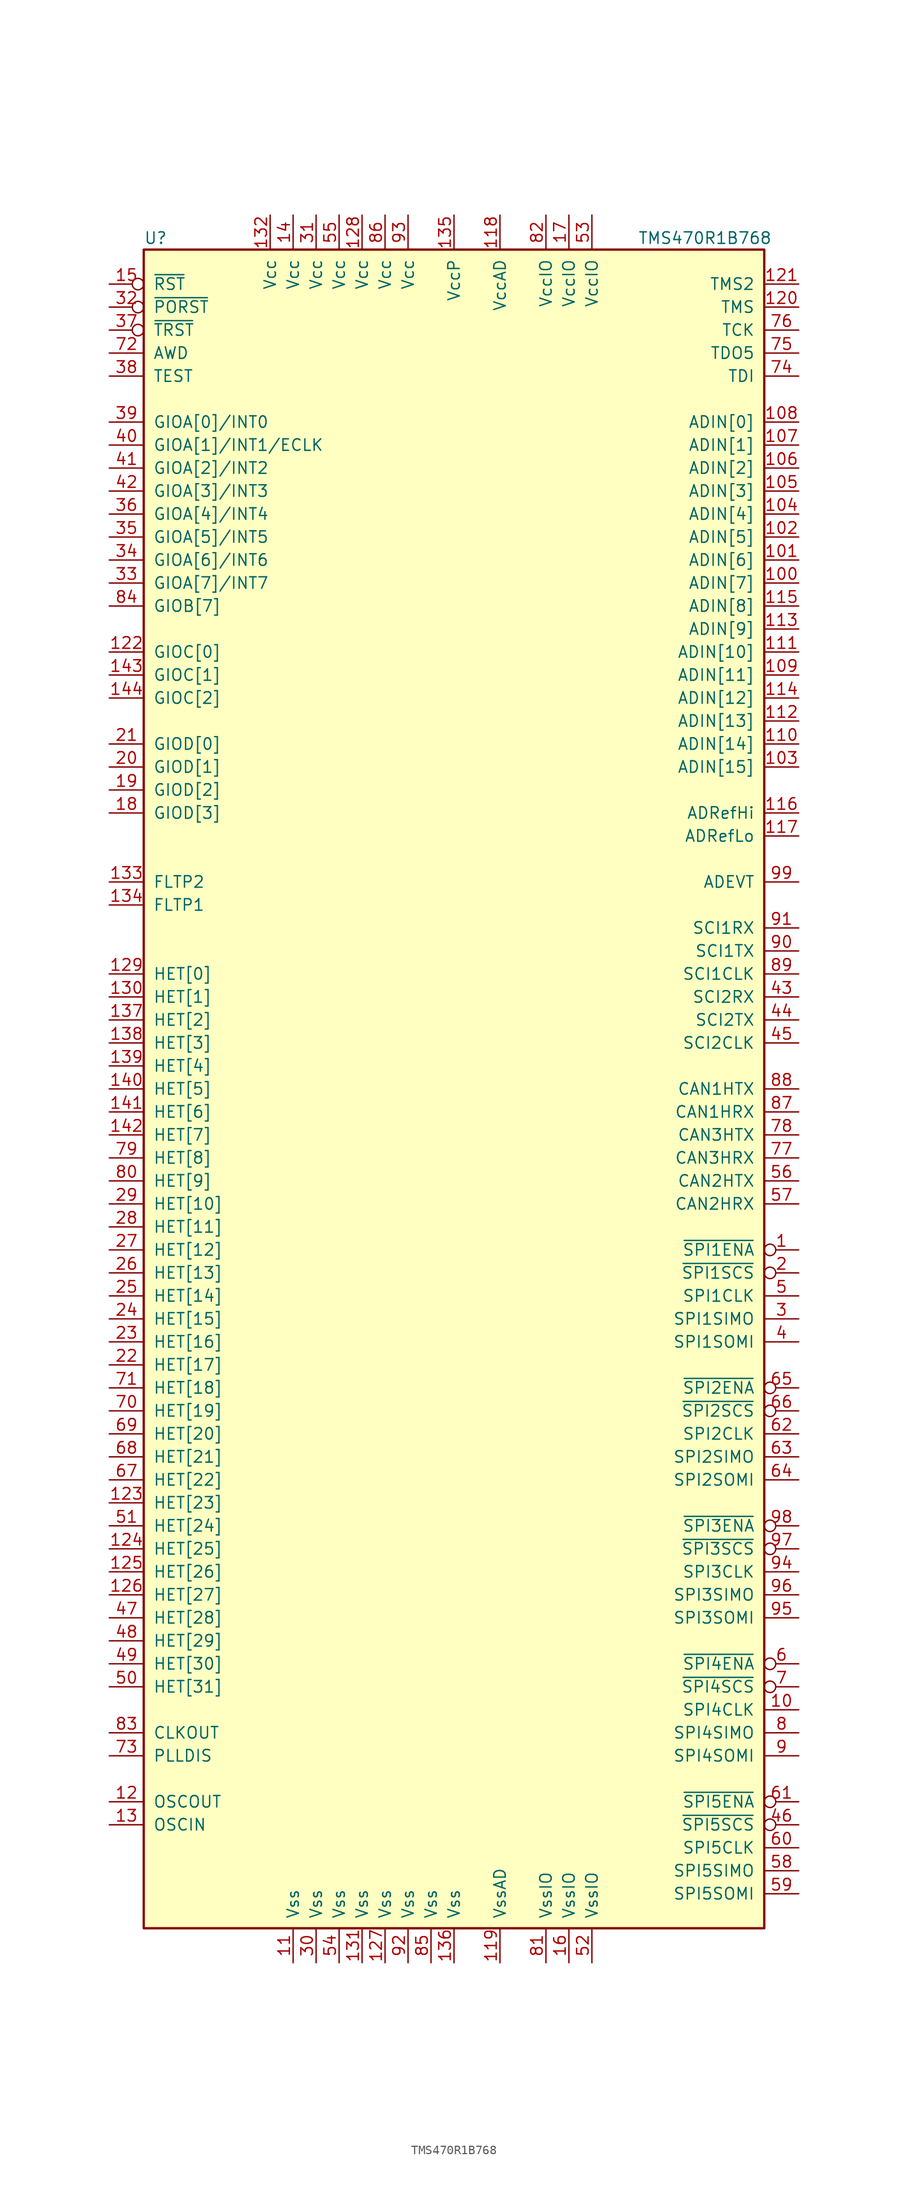
<source format=kicad_sym>
(kicad_symbol_lib
  (version 20201005)
  (generator kicad_symbol_editor)
  (symbol "MCU_Texas:TMS470R1B768"
    (pin_names
      (offset 1.016))
    (property "Reference" "U"
      (at -34.29 93.98 0)
      (effects (font (size 1.27 1.27)) (justify left)))
    (property "Value" "TMS470R1B768"
      (at 20.32 93.98 0)
      (effects (font (size 1.27 1.27)) (justify left)))
    (symbol "TMS470R1B768_0_1"
      (rectangle (start -34.29 92.71) (end 34.29 -92.71) (stroke (width 0.254)) (fill (type background))))
    (symbol "TMS470R1B768_1_1"
      (pin passive inverted (at 38.1 -17.78 180) (length 3.81) (name "~SPI1ENA~" (effects (font (size 1.27 1.27)))) (number "1" (effects (font (size 1.27 1.27)))))
      (pin passive inverted (at 38.1 -20.32 180) (length 3.81) (name "~SPI1SCS~" (effects (font (size 1.27 1.27)))) (number "2" (effects (font (size 1.27 1.27)))))
      (pin passive line (at 38.1 -25.4 180) (length 3.81) (name "SPI1SIMO" (effects (font (size 1.27 1.27)))) (number "3" (effects (font (size 1.27 1.27)))))
      (pin passive line (at 38.1 -27.94 180) (length 3.81) (name "SPI1SOMI" (effects (font (size 1.27 1.27)))) (number "4" (effects (font (size 1.27 1.27)))))
      (pin passive line (at 38.1 -22.86 180) (length 3.81) (name "SPI1CLK" (effects (font (size 1.27 1.27)))) (number "5" (effects (font (size 1.27 1.27)))))
      (pin passive inverted (at 38.1 -63.5 180) (length 3.81) (name "~SPI4ENA~" (effects (font (size 1.27 1.27)))) (number "6" (effects (font (size 1.27 1.27)))))
      (pin passive inverted (at 38.1 -66.04 180) (length 3.81) (name "~SPI4SCS~" (effects (font (size 1.27 1.27)))) (number "7" (effects (font (size 1.27 1.27)))))
      (pin passive line (at 38.1 -71.12 180) (length 3.81) (name "SPI4SIMO" (effects (font (size 1.27 1.27)))) (number "8" (effects (font (size 1.27 1.27)))))
      (pin passive line (at 38.1 -73.66 180) (length 3.81) (name "SPI4SOMI" (effects (font (size 1.27 1.27)))) (number "9" (effects (font (size 1.27 1.27)))))
      (pin passive line (at 38.1 -68.58 180) (length 3.81) (name "SPI4CLK" (effects (font (size 1.27 1.27)))) (number "10" (effects (font (size 1.27 1.27)))))
      (pin passive line (at -38.1 35.56 0) (length 3.81) (name "GIOD[1]" (effects (font (size 1.27 1.27)))) (number "20" (effects (font (size 1.27 1.27)))))
      (pin passive line (at -15.24 -96.52 90) (length 3.81) (name "Vss" (effects (font (size 1.27 1.27)))) (number "30" (effects (font (size 1.27 1.27)))))
      (pin passive line (at -38.1 71.12 0) (length 3.81) (name "GIOA[1]/INT1/ECLK" (effects (font (size 1.27 1.27)))) (number "40" (effects (font (size 1.27 1.27)))))
      (pin passive line (at -38.1 -66.04 0) (length 3.81) (name "HET[31]" (effects (font (size 1.27 1.27)))) (number "50" (effects (font (size 1.27 1.27)))))
      (pin passive line (at 38.1 -83.82 180) (length 3.81) (name "SPI5CLK" (effects (font (size 1.27 1.27)))) (number "60" (effects (font (size 1.27 1.27)))))
      (pin passive line (at -38.1 -35.56 0) (length 3.81) (name "HET[19]" (effects (font (size 1.27 1.27)))) (number "70" (effects (font (size 1.27 1.27)))))
      (pin passive line (at -38.1 -10.16 0) (length 3.81) (name "HET[9]" (effects (font (size 1.27 1.27)))) (number "80" (effects (font (size 1.27 1.27)))))
      (pin passive line (at 38.1 15.24 180) (length 3.81) (name "SCI1TX" (effects (font (size 1.27 1.27)))) (number "90" (effects (font (size 1.27 1.27)))))
      (pin power_in line (at -17.78 -96.52 90) (length 3.81) (name "Vss" (effects (font (size 1.27 1.27)))) (number "11" (effects (font (size 1.27 1.27)))))
      (pin passive line (at -38.1 38.1 0) (length 3.81) (name "GIOD[0]" (effects (font (size 1.27 1.27)))) (number "21" (effects (font (size 1.27 1.27)))))
      (pin passive line (at -15.24 96.52 270) (length 3.81) (name "Vcc" (effects (font (size 1.27 1.27)))) (number "31" (effects (font (size 1.27 1.27)))))
      (pin passive line (at -38.1 68.58 0) (length 3.81) (name "GIOA[2]/INT2" (effects (font (size 1.27 1.27)))) (number "41" (effects (font (size 1.27 1.27)))))
      (pin passive line (at -38.1 -48.26 0) (length 3.81) (name "HET[24]" (effects (font (size 1.27 1.27)))) (number "51" (effects (font (size 1.27 1.27)))))
      (pin passive inverted (at 38.1 -78.74 180) (length 3.81) (name "~SPI5ENA~" (effects (font (size 1.27 1.27)))) (number "61" (effects (font (size 1.27 1.27)))))
      (pin passive line (at -38.1 -33.02 0) (length 3.81) (name "HET[18]" (effects (font (size 1.27 1.27)))) (number "71" (effects (font (size 1.27 1.27)))))
      (pin passive line (at 10.16 -96.52 90) (length 3.81) (name "VssIO" (effects (font (size 1.27 1.27)))) (number "81" (effects (font (size 1.27 1.27)))))
      (pin passive line (at 38.1 17.78 180) (length 3.81) (name "SCI1RX" (effects (font (size 1.27 1.27)))) (number "91" (effects (font (size 1.27 1.27)))))
      (pin passive line (at -38.1 -78.74 0) (length 3.81) (name "OSCOUT" (effects (font (size 1.27 1.27)))) (number "12" (effects (font (size 1.27 1.27)))))
      (pin passive line (at -38.1 -30.48 0) (length 3.81) (name "HET[17]" (effects (font (size 1.27 1.27)))) (number "22" (effects (font (size 1.27 1.27)))))
      (pin input inverted (at -38.1 86.36 0) (length 3.81) (name "~PORST~" (effects (font (size 1.27 1.27)))) (number "32" (effects (font (size 1.27 1.27)))))
      (pin passive line (at -38.1 66.04 0) (length 3.81) (name "GIOA[3]/INT3" (effects (font (size 1.27 1.27)))) (number "42" (effects (font (size 1.27 1.27)))))
      (pin power_in line (at 15.24 -96.52 90) (length 3.81) (name "VssIO" (effects (font (size 1.27 1.27)))) (number "52" (effects (font (size 1.27 1.27)))))
      (pin passive line (at 38.1 -38.1 180) (length 3.81) (name "SPI2CLK" (effects (font (size 1.27 1.27)))) (number "62" (effects (font (size 1.27 1.27)))))
      (pin passive line (at -38.1 81.28 0) (length 3.81) (name "AWD" (effects (font (size 1.27 1.27)))) (number "72" (effects (font (size 1.27 1.27)))))
      (pin passive line (at 10.16 96.52 270) (length 3.81) (name "VccIO" (effects (font (size 1.27 1.27)))) (number "82" (effects (font (size 1.27 1.27)))))
      (pin passive line (at -5.08 -96.52 90) (length 3.81) (name "Vss" (effects (font (size 1.27 1.27)))) (number "92" (effects (font (size 1.27 1.27)))))
      (pin passive line (at -38.1 -81.28 0) (length 3.81) (name "OSCIN" (effects (font (size 1.27 1.27)))) (number "13" (effects (font (size 1.27 1.27)))))
      (pin passive line (at -38.1 -27.94 0) (length 3.81) (name "HET[16]" (effects (font (size 1.27 1.27)))) (number "23" (effects (font (size 1.27 1.27)))))
      (pin passive line (at -38.1 55.88 0) (length 3.81) (name "GIOA[7]/INT7" (effects (font (size 1.27 1.27)))) (number "33" (effects (font (size 1.27 1.27)))))
      (pin passive line (at 38.1 10.16 180) (length 3.81) (name "SCI2RX" (effects (font (size 1.27 1.27)))) (number "43" (effects (font (size 1.27 1.27)))))
      (pin power_in line (at 15.24 96.52 270) (length 3.81) (name "VccIO" (effects (font (size 1.27 1.27)))) (number "53" (effects (font (size 1.27 1.27)))))
      (pin passive line (at 38.1 -40.64 180) (length 3.81) (name "SPI2SIMO" (effects (font (size 1.27 1.27)))) (number "63" (effects (font (size 1.27 1.27)))))
      (pin passive line (at -38.1 -73.66 0) (length 3.81) (name "PLLDIS" (effects (font (size 1.27 1.27)))) (number "73" (effects (font (size 1.27 1.27)))))
      (pin passive line (at -38.1 -71.12 0) (length 3.81) (name "CLKOUT" (effects (font (size 1.27 1.27)))) (number "83" (effects (font (size 1.27 1.27)))))
      (pin passive line (at -5.08 96.52 270) (length 3.81) (name "Vcc" (effects (font (size 1.27 1.27)))) (number "93" (effects (font (size 1.27 1.27)))))
      (pin power_in line (at -17.78 96.52 270) (length 3.81) (name "Vcc" (effects (font (size 1.27 1.27)))) (number "14" (effects (font (size 1.27 1.27)))))
      (pin passive line (at -38.1 -25.4 0) (length 3.81) (name "HET[15]" (effects (font (size 1.27 1.27)))) (number "24" (effects (font (size 1.27 1.27)))))
      (pin passive line (at -38.1 58.42 0) (length 3.81) (name "GIOA[6]/INT6" (effects (font (size 1.27 1.27)))) (number "34" (effects (font (size 1.27 1.27)))))
      (pin passive line (at 38.1 7.62 180) (length 3.81) (name "SCI2TX" (effects (font (size 1.27 1.27)))) (number "44" (effects (font (size 1.27 1.27)))))
      (pin power_in line (at -12.7 -96.52 90) (length 3.81) (name "Vss" (effects (font (size 1.27 1.27)))) (number "54" (effects (font (size 1.27 1.27)))))
      (pin passive line (at 38.1 -43.18 180) (length 3.81) (name "SPI2SOMI" (effects (font (size 1.27 1.27)))) (number "64" (effects (font (size 1.27 1.27)))))
      (pin passive line (at 38.1 78.74 180) (length 3.81) (name "TDI" (effects (font (size 1.27 1.27)))) (number "74" (effects (font (size 1.27 1.27)))))
      (pin passive line (at -38.1 53.34 0) (length 3.81) (name "GIOB[7]" (effects (font (size 1.27 1.27)))) (number "84" (effects (font (size 1.27 1.27)))))
      (pin passive line (at 38.1 -53.34 180) (length 3.81) (name "SPI3CLK" (effects (font (size 1.27 1.27)))) (number "94" (effects (font (size 1.27 1.27)))))
      (pin input inverted (at -38.1 88.9 0) (length 3.81) (name "~RST~" (effects (font (size 1.27 1.27)))) (number "15" (effects (font (size 1.27 1.27)))))
      (pin passive line (at -38.1 -22.86 0) (length 3.81) (name "HET[14]" (effects (font (size 1.27 1.27)))) (number "25" (effects (font (size 1.27 1.27)))))
      (pin passive line (at -38.1 60.96 0) (length 3.81) (name "GIOA[5]/INT5" (effects (font (size 1.27 1.27)))) (number "35" (effects (font (size 1.27 1.27)))))
      (pin passive line (at 38.1 5.08 180) (length 3.81) (name "SCI2CLK" (effects (font (size 1.27 1.27)))) (number "45" (effects (font (size 1.27 1.27)))))
      (pin unspecified line (at -12.7 96.52 270) (length 3.81) (name "Vcc" (effects (font (size 1.27 1.27)))) (number "55" (effects (font (size 1.27 1.27)))))
      (pin passive inverted (at 38.1 -33.02 180) (length 3.81) (name "~SPI2ENA~" (effects (font (size 1.27 1.27)))) (number "65" (effects (font (size 1.27 1.27)))))
      (pin passive line (at 38.1 81.28 180) (length 3.81) (name "TDO5" (effects (font (size 1.27 1.27)))) (number "75" (effects (font (size 1.27 1.27)))))
      (pin passive line (at -2.54 -96.52 90) (length 3.81) (name "Vss" (effects (font (size 1.27 1.27)))) (number "85" (effects (font (size 1.27 1.27)))))
      (pin passive line (at 38.1 -58.42 180) (length 3.81) (name "SPI3SOMI" (effects (font (size 1.27 1.27)))) (number "95" (effects (font (size 1.27 1.27)))))
      (pin power_in line (at 12.7 -96.52 90) (length 3.81) (name "VssIO" (effects (font (size 1.27 1.27)))) (number "16" (effects (font (size 1.27 1.27)))))
      (pin passive line (at -38.1 -20.32 0) (length 3.81) (name "HET[13]" (effects (font (size 1.27 1.27)))) (number "26" (effects (font (size 1.27 1.27)))))
      (pin passive line (at -38.1 63.5 0) (length 3.81) (name "GIOA[4]/INT4" (effects (font (size 1.27 1.27)))) (number "36" (effects (font (size 1.27 1.27)))))
      (pin passive inverted (at 38.1 -81.28 180) (length 3.81) (name "~SPI5SCS~" (effects (font (size 1.27 1.27)))) (number "46" (effects (font (size 1.27 1.27)))))
      (pin passive line (at 38.1 -10.16 180) (length 3.81) (name "CAN2HTX" (effects (font (size 1.27 1.27)))) (number "56" (effects (font (size 1.27 1.27)))))
      (pin passive inverted (at 38.1 -35.56 180) (length 3.81) (name "~SPI2SCS~" (effects (font (size 1.27 1.27)))) (number "66" (effects (font (size 1.27 1.27)))))
      (pin passive line (at 38.1 83.82 180) (length 3.81) (name "TCK" (effects (font (size 1.27 1.27)))) (number "76" (effects (font (size 1.27 1.27)))))
      (pin passive line (at -7.62 96.52 270) (length 3.81) (name "Vcc" (effects (font (size 1.27 1.27)))) (number "86" (effects (font (size 1.27 1.27)))))
      (pin passive line (at 38.1 -55.88 180) (length 3.81) (name "SPI3SIMO" (effects (font (size 1.27 1.27)))) (number "96" (effects (font (size 1.27 1.27)))))
      (pin power_in line (at 12.7 96.52 270) (length 3.81) (name "VccIO" (effects (font (size 1.27 1.27)))) (number "17" (effects (font (size 1.27 1.27)))))
      (pin passive line (at -38.1 -17.78 0) (length 3.81) (name "HET[12]" (effects (font (size 1.27 1.27)))) (number "27" (effects (font (size 1.27 1.27)))))
      (pin input inverted (at -38.1 83.82 0) (length 3.81) (name "~TRST~" (effects (font (size 1.27 1.27)))) (number "37" (effects (font (size 1.27 1.27)))))
      (pin passive line (at -38.1 -58.42 0) (length 3.81) (name "HET[28]" (effects (font (size 1.27 1.27)))) (number "47" (effects (font (size 1.27 1.27)))))
      (pin passive line (at 38.1 -12.7 180) (length 3.81) (name "CAN2HRX" (effects (font (size 1.27 1.27)))) (number "57" (effects (font (size 1.27 1.27)))))
      (pin passive line (at -38.1 -43.18 0) (length 3.81) (name "HET[22]" (effects (font (size 1.27 1.27)))) (number "67" (effects (font (size 1.27 1.27)))))
      (pin passive line (at 38.1 -7.62 180) (length 3.81) (name "CAN3HRX" (effects (font (size 1.27 1.27)))) (number "77" (effects (font (size 1.27 1.27)))))
      (pin passive line (at 38.1 -2.54 180) (length 3.81) (name "CAN1HRX" (effects (font (size 1.27 1.27)))) (number "87" (effects (font (size 1.27 1.27)))))
      (pin passive inverted (at 38.1 -50.8 180) (length 3.81) (name "~SPI3SCS~" (effects (font (size 1.27 1.27)))) (number "97" (effects (font (size 1.27 1.27)))))
      (pin passive line (at -38.1 30.48 0) (length 3.81) (name "GIOD[3]" (effects (font (size 1.27 1.27)))) (number "18" (effects (font (size 1.27 1.27)))))
      (pin passive line (at -38.1 -15.24 0) (length 3.81) (name "HET[11]" (effects (font (size 1.27 1.27)))) (number "28" (effects (font (size 1.27 1.27)))))
      (pin passive line (at -38.1 78.74 0) (length 3.81) (name "TEST" (effects (font (size 1.27 1.27)))) (number "38" (effects (font (size 1.27 1.27)))))
      (pin passive line (at -38.1 -60.96 0) (length 3.81) (name "HET[29]" (effects (font (size 1.27 1.27)))) (number "48" (effects (font (size 1.27 1.27)))))
      (pin passive line (at 38.1 -86.36 180) (length 3.81) (name "SPI5SIMO" (effects (font (size 1.27 1.27)))) (number "58" (effects (font (size 1.27 1.27)))))
      (pin passive line (at -38.1 -40.64 0) (length 3.81) (name "HET[21]" (effects (font (size 1.27 1.27)))) (number "68" (effects (font (size 1.27 1.27)))))
      (pin passive line (at 38.1 -5.08 180) (length 3.81) (name "CAN3HTX" (effects (font (size 1.27 1.27)))) (number "78" (effects (font (size 1.27 1.27)))))
      (pin passive line (at 38.1 0 180) (length 3.81) (name "CAN1HTX" (effects (font (size 1.27 1.27)))) (number "88" (effects (font (size 1.27 1.27)))))
      (pin passive inverted (at 38.1 -48.26 180) (length 3.81) (name "~SPI3ENA~" (effects (font (size 1.27 1.27)))) (number "98" (effects (font (size 1.27 1.27)))))
      (pin passive line (at -38.1 33.02 0) (length 3.81) (name "GIOD[2]" (effects (font (size 1.27 1.27)))) (number "19" (effects (font (size 1.27 1.27)))))
      (pin passive line (at -38.1 -12.7 0) (length 3.81) (name "HET[10]" (effects (font (size 1.27 1.27)))) (number "29" (effects (font (size 1.27 1.27)))))
      (pin input line (at -38.1 73.66 0) (length 3.81) (name "GIOA[0]/INT0" (effects (font (size 1.27 1.27)))) (number "39" (effects (font (size 1.27 1.27)))))
      (pin passive line (at -38.1 -63.5 0) (length 3.81) (name "HET[30]" (effects (font (size 1.27 1.27)))) (number "49" (effects (font (size 1.27 1.27)))))
      (pin passive line (at 38.1 -88.9 180) (length 3.81) (name "SPI5SOMI" (effects (font (size 1.27 1.27)))) (number "59" (effects (font (size 1.27 1.27)))))
      (pin passive line (at -38.1 -38.1 0) (length 3.81) (name "HET[20]" (effects (font (size 1.27 1.27)))) (number "69" (effects (font (size 1.27 1.27)))))
      (pin passive line (at -38.1 -7.62 0) (length 3.81) (name "HET[8]" (effects (font (size 1.27 1.27)))) (number "79" (effects (font (size 1.27 1.27)))))
      (pin passive line (at 38.1 12.7 180) (length 3.81) (name "SCI1CLK" (effects (font (size 1.27 1.27)))) (number "89" (effects (font (size 1.27 1.27)))))
      (pin passive line (at 38.1 22.86 180) (length 3.81) (name "ADEVT" (effects (font (size 1.27 1.27)))) (number "99" (effects (font (size 1.27 1.27)))))
      (pin passive line (at 38.1 55.88 180) (length 3.81) (name "ADIN[7]" (effects (font (size 1.27 1.27)))) (number "100" (effects (font (size 1.27 1.27)))))
      (pin passive line (at 38.1 38.1 180) (length 3.81) (name "ADIN[14]" (effects (font (size 1.27 1.27)))) (number "110" (effects (font (size 1.27 1.27)))))
      (pin passive line (at 38.1 86.36 180) (length 3.81) (name "TMS" (effects (font (size 1.27 1.27)))) (number "120" (effects (font (size 1.27 1.27)))))
      (pin passive line (at -38.1 10.16 0) (length 3.81) (name "HET[1]" (effects (font (size 1.27 1.27)))) (number "130" (effects (font (size 1.27 1.27)))))
      (pin passive line (at -38.1 0 0) (length 3.81) (name "HET[5]" (effects (font (size 1.27 1.27)))) (number "140" (effects (font (size 1.27 1.27)))))
      (pin passive line (at 38.1 58.42 180) (length 3.81) (name "ADIN[6]" (effects (font (size 1.27 1.27)))) (number "101" (effects (font (size 1.27 1.27)))))
      (pin passive line (at 38.1 48.26 180) (length 3.81) (name "ADIN[10]" (effects (font (size 1.27 1.27)))) (number "111" (effects (font (size 1.27 1.27)))))
      (pin passive line (at 38.1 88.9 180) (length 3.81) (name "TMS2" (effects (font (size 1.27 1.27)))) (number "121" (effects (font (size 1.27 1.27)))))
      (pin passive line (at -10.16 -96.52 90) (length 3.81) (name "Vss" (effects (font (size 1.27 1.27)))) (number "131" (effects (font (size 1.27 1.27)))))
      (pin passive line (at -38.1 -2.54 0) (length 3.81) (name "HET[6]" (effects (font (size 1.27 1.27)))) (number "141" (effects (font (size 1.27 1.27)))))
      (pin passive line (at 38.1 60.96 180) (length 3.81) (name "ADIN[5]" (effects (font (size 1.27 1.27)))) (number "102" (effects (font (size 1.27 1.27)))))
      (pin passive line (at 38.1 40.64 180) (length 3.81) (name "ADIN[13]" (effects (font (size 1.27 1.27)))) (number "112" (effects (font (size 1.27 1.27)))))
      (pin passive line (at -38.1 48.26 0) (length 3.81) (name "GIOC[0]" (effects (font (size 1.27 1.27)))) (number "122" (effects (font (size 1.27 1.27)))))
      (pin passive line (at -20.32 96.52 270) (length 3.81) (name "Vcc" (effects (font (size 1.27 1.27)))) (number "132" (effects (font (size 1.27 1.27)))))
      (pin passive line (at -38.1 -5.08 0) (length 3.81) (name "HET[7]" (effects (font (size 1.27 1.27)))) (number "142" (effects (font (size 1.27 1.27)))))
      (pin passive line (at 38.1 35.56 180) (length 3.81) (name "ADIN[15]" (effects (font (size 1.27 1.27)))) (number "103" (effects (font (size 1.27 1.27)))))
      (pin passive line (at 38.1 50.8 180) (length 3.81) (name "ADIN[9]" (effects (font (size 1.27 1.27)))) (number "113" (effects (font (size 1.27 1.27)))))
      (pin passive line (at -38.1 -45.72 0) (length 3.81) (name "HET[23]" (effects (font (size 1.27 1.27)))) (number "123" (effects (font (size 1.27 1.27)))))
      (pin passive line (at -38.1 22.86 0) (length 3.81) (name "FLTP2" (effects (font (size 1.27 1.27)))) (number "133" (effects (font (size 1.27 1.27)))))
      (pin passive line (at -38.1 45.72 0) (length 3.81) (name "GIOC[1]" (effects (font (size 1.27 1.27)))) (number "143" (effects (font (size 1.27 1.27)))))
      (pin passive line (at 38.1 63.5 180) (length 3.81) (name "ADIN[4]" (effects (font (size 1.27 1.27)))) (number "104" (effects (font (size 1.27 1.27)))))
      (pin passive line (at 38.1 43.18 180) (length 3.81) (name "ADIN[12]" (effects (font (size 1.27 1.27)))) (number "114" (effects (font (size 1.27 1.27)))))
      (pin passive line (at -38.1 -50.8 0) (length 3.81) (name "HET[25]" (effects (font (size 1.27 1.27)))) (number "124" (effects (font (size 1.27 1.27)))))
      (pin passive line (at -38.1 20.32 0) (length 3.81) (name "FLTP1" (effects (font (size 1.27 1.27)))) (number "134" (effects (font (size 1.27 1.27)))))
      (pin passive line (at -38.1 43.18 0) (length 3.81) (name "GIOC[2]" (effects (font (size 1.27 1.27)))) (number "144" (effects (font (size 1.27 1.27)))))
      (pin passive line (at 38.1 66.04 180) (length 3.81) (name "ADIN[3]" (effects (font (size 1.27 1.27)))) (number "105" (effects (font (size 1.27 1.27)))))
      (pin passive line (at 38.1 53.34 180) (length 3.81) (name "ADIN[8]" (effects (font (size 1.27 1.27)))) (number "115" (effects (font (size 1.27 1.27)))))
      (pin passive line (at -38.1 -53.34 0) (length 3.81) (name "HET[26]" (effects (font (size 1.27 1.27)))) (number "125" (effects (font (size 1.27 1.27)))))
      (pin passive line (at 0 96.52 270) (length 3.81) (name "VccP" (effects (font (size 1.27 1.27)))) (number "135" (effects (font (size 1.27 1.27)))))
      (pin passive line (at 38.1 68.58 180) (length 3.81) (name "ADIN[2]" (effects (font (size 1.27 1.27)))) (number "106" (effects (font (size 1.27 1.27)))))
      (pin passive line (at 38.1 30.48 180) (length 3.81) (name "ADRefHi" (effects (font (size 1.27 1.27)))) (number "116" (effects (font (size 1.27 1.27)))))
      (pin passive line (at -38.1 -55.88 0) (length 3.81) (name "HET[27]" (effects (font (size 1.27 1.27)))) (number "126" (effects (font (size 1.27 1.27)))))
      (pin passive line (at 0 -96.52 90) (length 3.81) (name "Vss" (effects (font (size 1.27 1.27)))) (number "136" (effects (font (size 1.27 1.27)))))
      (pin passive line (at 38.1 71.12 180) (length 3.81) (name "ADIN[1]" (effects (font (size 1.27 1.27)))) (number "107" (effects (font (size 1.27 1.27)))))
      (pin passive line (at 38.1 27.94 180) (length 3.81) (name "ADRefLo" (effects (font (size 1.27 1.27)))) (number "117" (effects (font (size 1.27 1.27)))))
      (pin passive line (at -7.62 -96.52 90) (length 3.81) (name "Vss" (effects (font (size 1.27 1.27)))) (number "127" (effects (font (size 1.27 1.27)))))
      (pin passive line (at -38.1 7.62 0) (length 3.81) (name "HET[2]" (effects (font (size 1.27 1.27)))) (number "137" (effects (font (size 1.27 1.27)))))
      (pin passive line (at 38.1 73.66 180) (length 3.81) (name "ADIN[0]" (effects (font (size 1.27 1.27)))) (number "108" (effects (font (size 1.27 1.27)))))
      (pin passive line (at 5.08 96.52 270) (length 3.81) (name "VccAD" (effects (font (size 1.27 1.27)))) (number "118" (effects (font (size 1.27 1.27)))))
      (pin passive line (at -10.16 96.52 270) (length 3.81) (name "Vcc" (effects (font (size 1.27 1.27)))) (number "128" (effects (font (size 1.27 1.27)))))
      (pin passive line (at -38.1 5.08 0) (length 3.81) (name "HET[3]" (effects (font (size 1.27 1.27)))) (number "138" (effects (font (size 1.27 1.27)))))
      (pin passive line (at 38.1 45.72 180) (length 3.81) (name "ADIN[11]" (effects (font (size 1.27 1.27)))) (number "109" (effects (font (size 1.27 1.27)))))
      (pin passive line (at 5.08 -96.52 90) (length 3.81) (name "VssAD" (effects (font (size 1.27 1.27)))) (number "119" (effects (font (size 1.27 1.27)))))
      (pin passive line (at -38.1 12.7 0) (length 3.81) (name "HET[0]" (effects (font (size 1.27 1.27)))) (number "129" (effects (font (size 1.27 1.27)))))
      (pin passive line (at -38.1 2.54 0) (length 3.81) (name "HET[4]" (effects (font (size 1.27 1.27)))) (number "139" (effects (font (size 1.27 1.27))))))))
</source>
